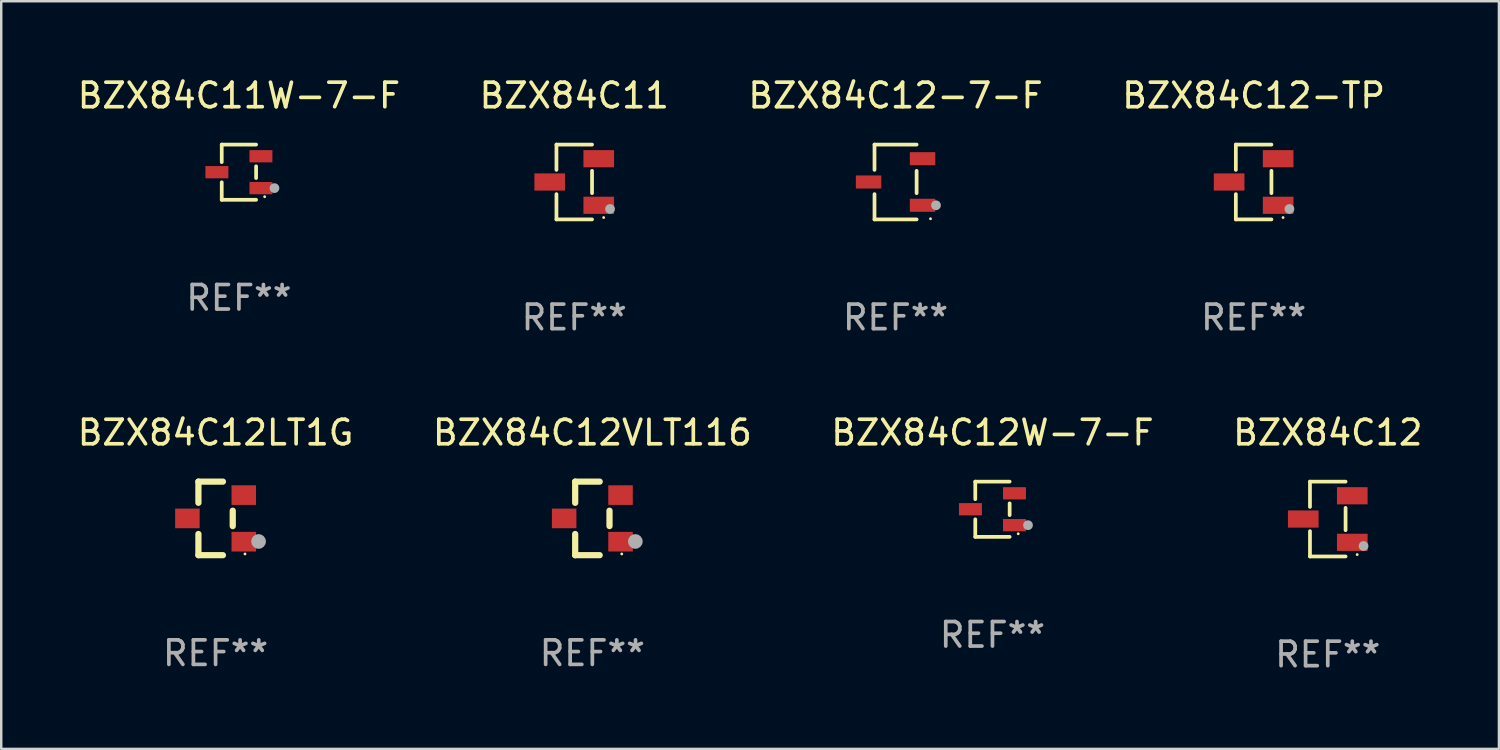
<source format=kicad_pcb>
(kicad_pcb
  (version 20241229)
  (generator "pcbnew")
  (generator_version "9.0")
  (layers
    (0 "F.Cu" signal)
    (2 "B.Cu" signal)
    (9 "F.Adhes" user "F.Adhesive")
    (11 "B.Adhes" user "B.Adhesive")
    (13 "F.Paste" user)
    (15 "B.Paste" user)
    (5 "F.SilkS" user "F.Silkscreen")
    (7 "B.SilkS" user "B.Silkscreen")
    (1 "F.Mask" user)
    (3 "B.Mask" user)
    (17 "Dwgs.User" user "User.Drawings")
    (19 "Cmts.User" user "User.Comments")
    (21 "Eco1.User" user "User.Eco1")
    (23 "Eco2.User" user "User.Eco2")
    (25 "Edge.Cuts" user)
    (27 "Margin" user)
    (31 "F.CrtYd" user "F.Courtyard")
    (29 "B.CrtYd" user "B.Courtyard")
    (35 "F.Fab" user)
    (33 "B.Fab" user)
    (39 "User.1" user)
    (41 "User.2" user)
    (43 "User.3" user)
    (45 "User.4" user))
  (footprint "BZX84C12-TP"
    (layer "F.Cu")
    (at 48.089 4.374)
    (property "Reference" "BZX84C12-TP" (at 0 -3.526 0) (layer "F.SilkS") (effects (font (size 1 1) (thickness 0.15))))
    (attr through_hole)
    (fp_line (start -0.726 -1.526) (end -0.726 -0.495) (stroke (width 0.152) (type solid)) (layer "F.SilkS"))
    (fp_line (start -0.726 1.526) (end -0.726 0.495) (stroke (width 0.152) (type solid)) (layer "F.SilkS"))
    (fp_line (start 0.726 -1.526) (end -0.726 -1.526) (stroke (width 0.152) (type solid)) (layer "F.SilkS"))
    (fp_line (start 0.726 -0.455) (end 0.726 0.455) (stroke (width 0.152) (type solid)) (layer "F.SilkS"))
    (fp_line (start 0.726 1.526) (end -0.726 1.526) (stroke (width 0.152) (type solid)) (layer "F.SilkS"))
    (fp_circle (center 1.2 1.45) (end 1.23 1.45) (stroke (width 0.06) (type solid)) (fill no) (layer "F.SilkS"))
    (fp_circle (center 1.46 1.1) (end 1.56 1.1) (stroke (width 0.2) (type solid)) (fill no) (layer "F.Fab"))
    (fp_text user "REF**" (at 0 5.526 0) (layer "F.Fab") (effects (font (size 1 1) (thickness 0.15))))
    (pad "1" smd rect (at 1 0.95) (size 1.25 0.7) (layers "F.Cu" "F.Mask" "F.Paste"))
    (pad "2" smd rect (at 1 -0.95) (size 1.25 0.7) (layers "F.Cu" "F.Mask" "F.Paste"))
    (pad "3" smd rect (at -1 0) (size 1.25 0.7) (layers "F.Cu" "F.Mask" "F.Paste")))
  (footprint "BZX84C12W-7-F"
    (layer "F.Cu")
    (at 37.435 17.723)
    (property "Reference" "BZX84C12W-7-F" (at 0 -3.126 0) (layer "F.SilkS") (effects (font (size 1 1) (thickness 0.15))))
    (attr through_hole)
    (fp_line (start -0.701 -1.126) (end -0.701 -0.411) (stroke (width 0.152) (type solid)) (layer "F.SilkS"))
    (fp_line (start -0.701 1.126) (end -0.701 0.411) (stroke (width 0.152) (type solid)) (layer "F.SilkS"))
    (fp_line (start 0.701 -1.126) (end -0.701 -1.126) (stroke (width 0.152) (type solid)) (layer "F.SilkS"))
    (fp_line (start 0.701 -0.239) (end 0.701 0.239) (stroke (width 0.152) (type solid)) (layer "F.SilkS"))
    (fp_line (start 0.701 1.126) (end -0.701 1.126) (stroke (width 0.152) (type solid)) (layer "F.SilkS"))
    (fp_circle (center 1.05 1) (end 1.08 1) (stroke (width 0.06) (type solid)) (fill no) (layer "F.SilkS"))
    (fp_circle (center 1.45 0.65) (end 1.55 0.65) (stroke (width 0.2) (type solid)) (fill no) (layer "F.Fab"))
    (fp_text user "REF**" (at 0 5.126 0) (layer "F.Fab") (effects (font (size 1 1) (thickness 0.15))))
    (pad "1" smd rect (at 0.898 0.65) (size 0.936 0.5) (layers "F.Cu" "F.Mask" "F.Paste"))
    (pad "2" smd rect (at 0.898 -0.65) (size 0.936 0.5) (layers "F.Cu" "F.Mask" "F.Paste"))
    (pad "3" smd rect (at -0.898 0) (size 0.936 0.5) (layers "F.Cu" "F.Mask" "F.Paste")))
  (footprint "BZX84C11"
    (layer "F.Cu")
    (at 20.375 4.374)
    (property "Reference" "BZX84C11" (at 0 -3.526 0) (layer "F.SilkS") (effects (font (size 1 1) (thickness 0.15))))
    (attr through_hole)
    (fp_line (start -0.726 -1.526) (end -0.726 -0.495) (stroke (width 0.152) (type solid)) (layer "F.SilkS"))
    (fp_line (start -0.726 1.526) (end -0.726 0.495) (stroke (width 0.152) (type solid)) (layer "F.SilkS"))
    (fp_line (start 0.726 -1.526) (end -0.726 -1.526) (stroke (width 0.152) (type solid)) (layer "F.SilkS"))
    (fp_line (start 0.726 -0.455) (end 0.726 0.455) (stroke (width 0.152) (type solid)) (layer "F.SilkS"))
    (fp_line (start 0.726 1.526) (end -0.726 1.526) (stroke (width 0.152) (type solid)) (layer "F.SilkS"))
    (fp_circle (center 1.2 1.45) (end 1.23 1.45) (stroke (width 0.06) (type solid)) (fill no) (layer "F.SilkS"))
    (fp_circle (center 1.46 1.1) (end 1.56 1.1) (stroke (width 0.2) (type solid)) (fill no) (layer "F.Fab"))
    (fp_text user "REF**" (at 0 5.526 0) (layer "F.Fab") (effects (font (size 1 1) (thickness 0.15))))
    (pad "1" smd rect (at 1 0.95) (size 1.25 0.7) (layers "F.Cu" "F.Mask" "F.Paste"))
    (pad "2" smd rect (at 1 -0.95) (size 1.25 0.7) (layers "F.Cu" "F.Mask" "F.Paste"))
    (pad "3" smd rect (at -1 0) (size 1.25 0.7) (layers "F.Cu" "F.Mask" "F.Paste")))
  (footprint "BZX84C11W-7-F"
    (layer "F.Cu")
    (at 6.696 3.974)
    (property "Reference" "BZX84C11W-7-F" (at 0 -3.126 0) (layer "F.SilkS") (effects (font (size 1 1) (thickness 0.15))))
    (attr through_hole)
    (fp_line (start -0.701 -1.126) (end -0.701 -0.411) (stroke (width 0.152) (type solid)) (layer "F.SilkS"))
    (fp_line (start -0.701 1.126) (end -0.701 0.411) (stroke (width 0.152) (type solid)) (layer "F.SilkS"))
    (fp_line (start 0.701 -1.126) (end -0.701 -1.126) (stroke (width 0.152) (type solid)) (layer "F.SilkS"))
    (fp_line (start 0.701 -0.239) (end 0.701 0.239) (stroke (width 0.152) (type solid)) (layer "F.SilkS"))
    (fp_line (start 0.701 1.126) (end -0.701 1.126) (stroke (width 0.152) (type solid)) (layer "F.SilkS"))
    (fp_circle (center 1.05 1) (end 1.08 1) (stroke (width 0.06) (type solid)) (fill no) (layer "F.SilkS"))
    (fp_circle (center 1.45 0.65) (end 1.55 0.65) (stroke (width 0.2) (type solid)) (fill no) (layer "F.Fab"))
    (fp_text user "REF**" (at 0 5.126 0) (layer "F.Fab") (effects (font (size 1 1) (thickness 0.15))))
    (pad "1" smd rect (at 0.898 0.65) (size 0.936 0.5) (layers "F.Cu" "F.Mask" "F.Paste"))
    (pad "2" smd rect (at 0.898 -0.65) (size 0.936 0.5) (layers "F.Cu" "F.Mask" "F.Paste"))
    (pad "3" smd rect (at -0.898 0) (size 0.936 0.5) (layers "F.Cu" "F.Mask" "F.Paste")))
  (footprint "BZX84C12"
    (layer "F.Cu")
    (at 51.113 18.123)
    (property "Reference" "BZX84C12" (at 0 -3.526 0) (layer "F.SilkS") (effects (font (size 1 1) (thickness 0.15))))
    (attr through_hole)
    (fp_line (start -0.726 -1.526) (end -0.726 -0.495) (stroke (width 0.152) (type solid)) (layer "F.SilkS"))
    (fp_line (start -0.726 1.526) (end -0.726 0.495) (stroke (width 0.152) (type solid)) (layer "F.SilkS"))
    (fp_line (start 0.726 -1.526) (end -0.726 -1.526) (stroke (width 0.152) (type solid)) (layer "F.SilkS"))
    (fp_line (start 0.726 -0.455) (end 0.726 0.455) (stroke (width 0.152) (type solid)) (layer "F.SilkS"))
    (fp_line (start 0.726 1.526) (end -0.726 1.526) (stroke (width 0.152) (type solid)) (layer "F.SilkS"))
    (fp_circle (center 1.2 1.45) (end 1.23 1.45) (stroke (width 0.06) (type solid)) (fill no) (layer "F.SilkS"))
    (fp_circle (center 1.46 1.1) (end 1.56 1.1) (stroke (width 0.2) (type solid)) (fill no) (layer "F.Fab"))
    (fp_text user "REF**" (at 0 5.526 0) (layer "F.Fab") (effects (font (size 1 1) (thickness 0.15))))
    (pad "1" smd rect (at 1 0.95) (size 1.25 0.7) (layers "F.Cu" "F.Mask" "F.Paste"))
    (pad "2" smd rect (at 1 -0.95) (size 1.25 0.7) (layers "F.Cu" "F.Mask" "F.Paste"))
    (pad "3" smd rect (at -1 0) (size 1.25 0.7) (layers "F.Cu" "F.Mask" "F.Paste")))
  (footprint "BZX84C12VLT116"
    (layer "F.Cu")
    (at 21.113 18.097)
    (property "Reference" "BZX84C12VLT116" (at 0 -3.5 0) (layer "F.SilkS") (effects (font (size 1 1) (thickness 0.15))))
    (attr through_hole)
    (fp_line (start -0.7 -1.5) (end 0.3 -1.5) (stroke (width 0.254) (type solid)) (layer "F.SilkS"))
    (fp_line (start -0.7 -0.636) (end -0.7 -1.5) (stroke (width 0.254) (type solid)) (layer "F.SilkS"))
    (fp_line (start -0.7 1.5) (end -0.7 0.636) (stroke (width 0.254) (type solid)) (layer "F.SilkS"))
    (fp_line (start -0.7 1.5) (end 0.3 1.5) (stroke (width 0.254) (type solid)) (layer "F.SilkS"))
    (fp_line (start 0.7 0.314) (end 0.7 -0.314) (stroke (width 0.254) (type solid)) (layer "F.SilkS"))
    (fp_circle (center 1.2 1.45) (end 1.23 1.45) (stroke (width 0.06) (type solid)) (fill no) (layer "F.SilkS"))
    (fp_circle (center 1.753 0.94) (end 1.903 0.94) (stroke (width 0.3) (type solid)) (fill no) (layer "F.Fab"))
    (fp_text user "REF**" (at 0 5.5 0) (layer "F.Fab") (effects (font (size 1 1) (thickness 0.15))))
    (pad "1" smd rect (at 1.15 0.95 180) (size 1 0.8) (layers "F.Cu" "F.Mask" "F.Paste"))
    (pad "2" smd rect (at 1.15 -0.95 180) (size 1 0.8) (layers "F.Cu" "F.Mask" "F.Paste"))
    (pad "3" smd rect (at -1.15 -0.000051 180) (size 1 0.8) (layers "F.Cu" "F.Mask" "F.Paste")))
  (footprint "BZX84C12LT1G"
    (layer "F.Cu")
    (at 5.744 18.097)
    (property "Reference" "BZX84C12LT1G" (at 0 -3.5 0) (layer "F.SilkS") (effects (font (size 1 1) (thickness 0.15))))
    (attr through_hole)
    (fp_line (start -0.7 -1.5) (end 0.3 -1.5) (stroke (width 0.254) (type solid)) (layer "F.SilkS"))
    (fp_line (start -0.7 -0.636) (end -0.7 -1.5) (stroke (width 0.254) (type solid)) (layer "F.SilkS"))
    (fp_line (start -0.7 1.5) (end -0.7 0.636) (stroke (width 0.254) (type solid)) (layer "F.SilkS"))
    (fp_line (start -0.7 1.5) (end 0.3 1.5) (stroke (width 0.254) (type solid)) (layer "F.SilkS"))
    (fp_line (start 0.7 0.314) (end 0.7 -0.314) (stroke (width 0.254) (type solid)) (layer "F.SilkS"))
    (fp_circle (center 1.2 1.45) (end 1.23 1.45) (stroke (width 0.06) (type solid)) (fill no) (layer "F.SilkS"))
    (fp_circle (center 1.753 0.94) (end 1.903 0.94) (stroke (width 0.3) (type solid)) (fill no) (layer "F.Fab"))
    (fp_text user "REF**" (at 0 5.5 0) (layer "F.Fab") (effects (font (size 1 1) (thickness 0.15))))
    (pad "1" smd rect (at 1.15 0.95 180) (size 1 0.8) (layers "F.Cu" "F.Mask" "F.Paste"))
    (pad "2" smd rect (at 1.15 -0.95 180) (size 1 0.8) (layers "F.Cu" "F.Mask" "F.Paste"))
    (pad "3" smd rect (at -1.15 -0.000051 180) (size 1 0.8) (layers "F.Cu" "F.Mask" "F.Paste")))
  (footprint "BZX84C12-7-F"
    (layer "F.Cu")
    (at 33.482 4.374)
    (property "Reference" "BZX84C12-7-F" (at 0 -3.526 0) (layer "F.SilkS") (effects (font (size 1 1) (thickness 0.15))))
    (attr through_hole)
    (fp_line (start -0.859 -1.526) (end -0.859 -0.495) (stroke (width 0.152) (type solid)) (layer "F.SilkS"))
    (fp_line (start -0.859 1.526) (end -0.859 0.495) (stroke (width 0.152) (type solid)) (layer "F.SilkS"))
    (fp_line (start 0.859 -1.526) (end -0.859 -1.526) (stroke (width 0.152) (type solid)) (layer "F.SilkS"))
    (fp_line (start 0.859 -0.455) (end 0.859 0.455) (stroke (width 0.152) (type solid)) (layer "F.SilkS"))
    (fp_line (start 0.859 1.526) (end -0.859 1.526) (stroke (width 0.152) (type solid)) (layer "F.SilkS"))
    (fp_circle (center 1.425 1.5) (end 1.455 1.5) (stroke (width 0.06) (type solid)) (fill no) (layer "F.SilkS"))
    (fp_circle (center 1.65 0.95) (end 1.75 0.95) (stroke (width 0.2) (type solid)) (fill no) (layer "F.Fab"))
    (fp_text user "REF**" (at 0 5.526 0) (layer "F.Fab") (effects (font (size 1 1) (thickness 0.15))))
    (pad "1" smd rect (at 1.101 0.95) (size 1.037 0.532) (layers "F.Cu" "F.Mask" "F.Paste"))
    (pad "2" smd rect (at 1.101 -0.95) (size 1.037 0.532) (layers "F.Cu" "F.Mask" "F.Paste"))
    (pad "3" smd rect (at -1.101 0) (size 1.037 0.532) (layers "F.Cu" "F.Mask" "F.Paste")))
  (gr_rect
    (start -3 -3)
    (end 58.095 27.498)
    (stroke (width 0.1) (type default))
    (fill no)
    (layer "Edge.Cuts")))
</source>
